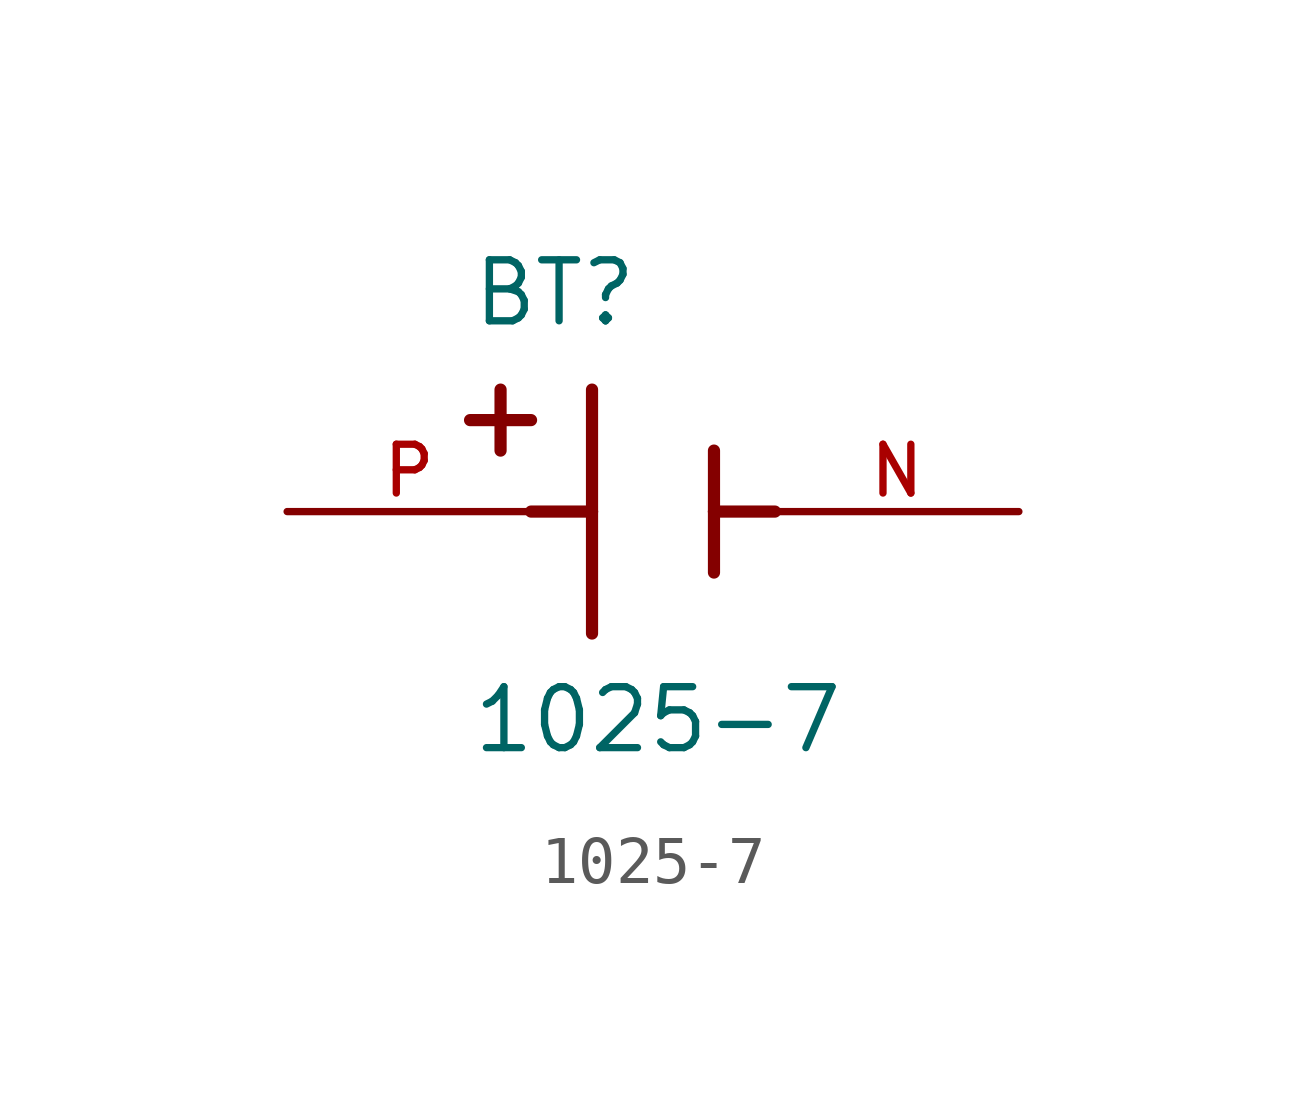
<source format=kicad_sym>
(kicad_symbol_lib
  (version 20211014)
  (generator kicad_symbol_editor)
  (symbol "1025-7"
    (pin_names
      (offset 1.016))
    (property "Reference" "BT"
      (at -3.81 3.81 0)
      (effects (font (size 1.27 1.27)) (justify bottom left)))
    (property "Value" "1025-7"
      (at -3.81 -5.08 0)
      (effects (font (size 1.27 1.27)) (justify bottom left)))
    (symbol "1025-7_0_0"
      (polyline (pts (xy -1.27 2.54) (xy -1.27 0.0)) (stroke (width 0.254)))
      (polyline (pts (xy -1.27 0.0) (xy -1.27 -2.54)) (stroke (width 0.254)))
      (polyline (pts (xy 1.27 1.27) (xy 1.27 0.0)) (stroke (width 0.254)))
      (polyline (pts (xy 1.27 0.0) (xy 1.27 -1.27)) (stroke (width 0.254)))
      (polyline (pts (xy -1.27 0.0) (xy -2.54 0.0)) (stroke (width 0.254)))
      (polyline (pts (xy 1.27 0.0) (xy 2.54 0.0)) (stroke (width 0.254)))
      (polyline (pts (xy -3.175 2.54) (xy -3.175 1.27)) (stroke (width 0.254)))
      (polyline (pts (xy -3.81 1.905) (xy -2.54 1.905)) (stroke (width 0.254)))
      (pin passive line (at -7.62 0.0 0) (length 5.08) (name "~" (effects (font (size 1.016 1.016)))) (number "P" (effects (font (size 1.016 1.016)))))
      (pin passive line (at 7.62 0.0 180.0) (length 5.08) (name "~" (effects (font (size 1.016 1.016)))) (number "N" (effects (font (size 1.016 1.016))))))))
</source>
